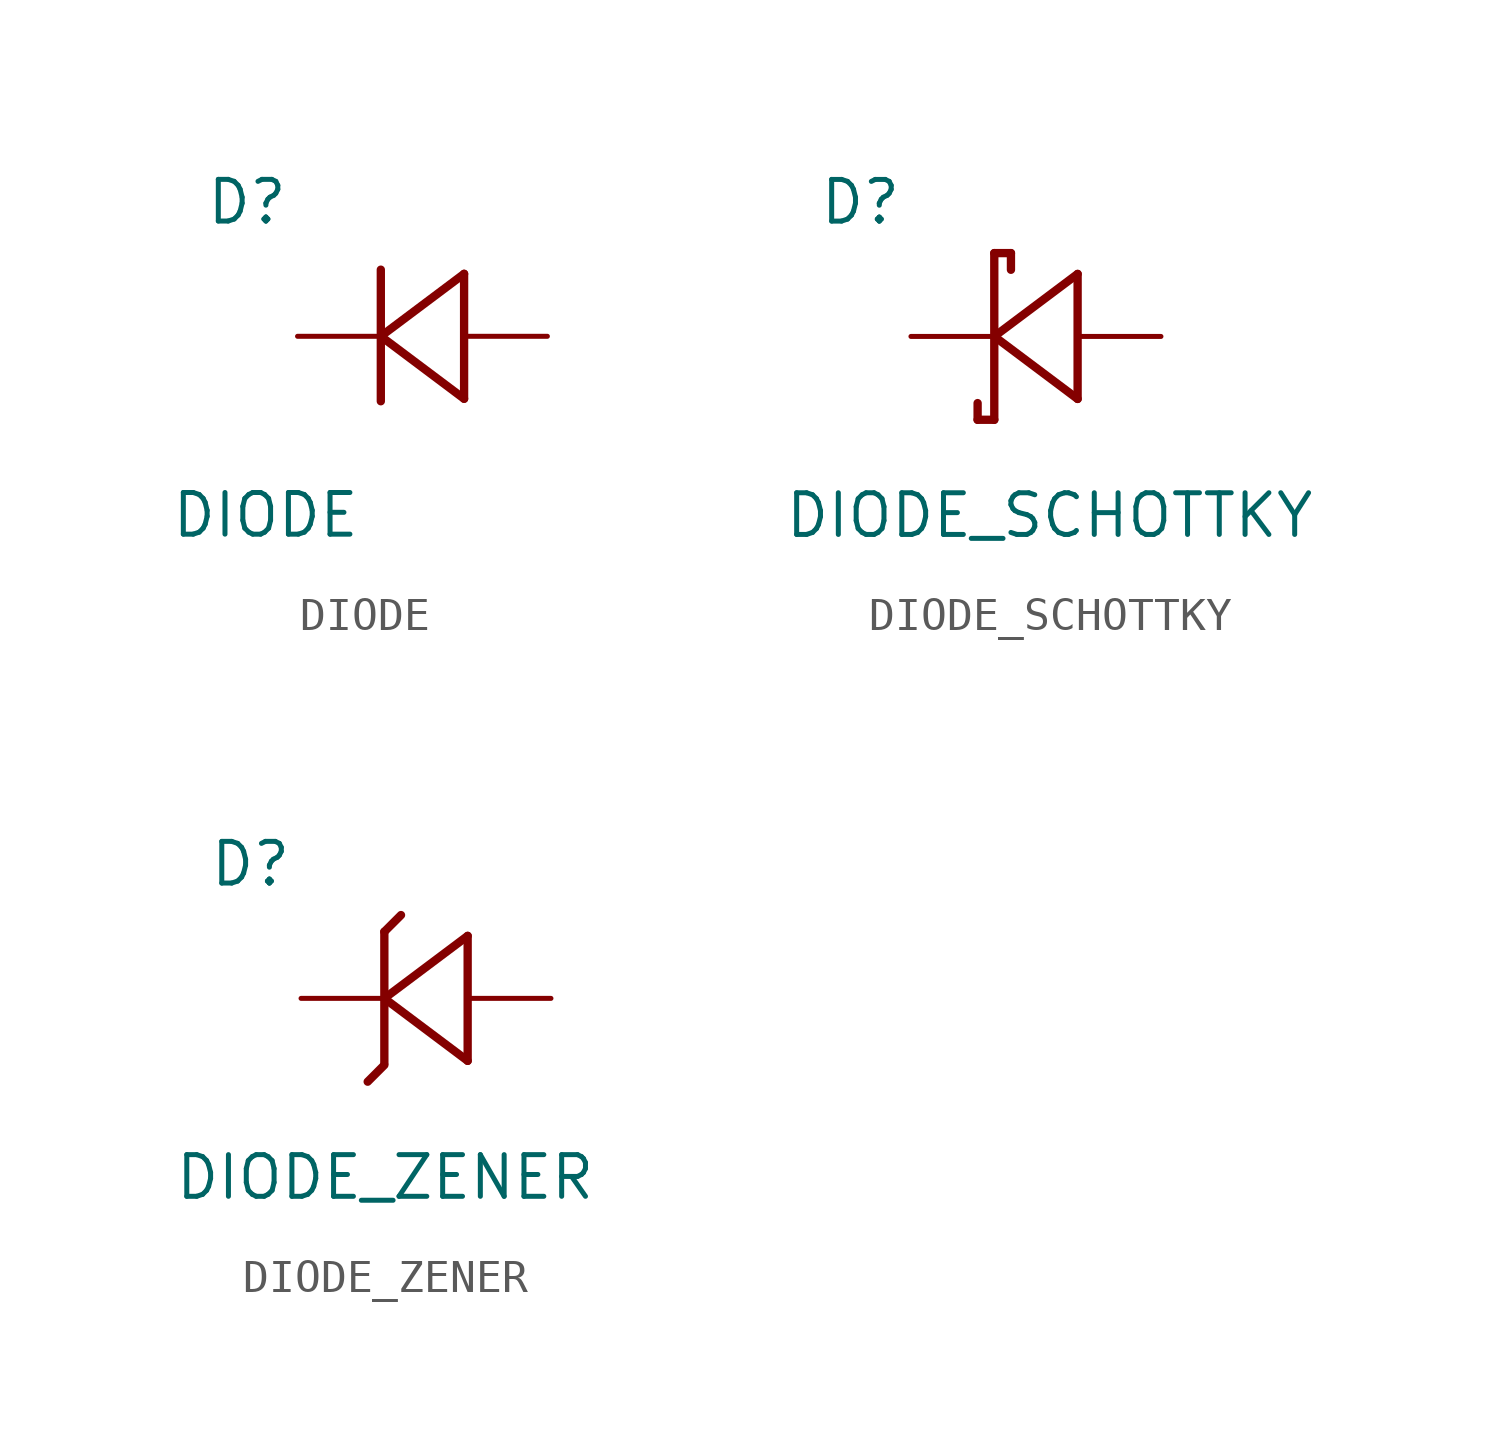
<source format=kicad_sym>
(kicad_symbol_lib
  (version 20211014)
  (generator kicad_symbol_editor)
  (symbol "DIODE"
    (pin_numbers hide)
    (pin_names hide)
    (property "Reference" "D"
      (at -2.819 3.353 0)
      (effects (font (size 1.27 1.27)) (justify left bottom)))
    (property "Value" "DIODE"
      (at -3.886 -6.198 0)
      (effects (font (size 1.27 1.27)) (justify left bottom)))
    (property "Datasheet" ""
      (at 0 0 0))
    (property "ki_fp_filters" "FlashPCB_Diodes:DO-214AC_SMA FlashPCB_Diodes:SMB FlashPCB_Diodes:SMC FlashPCB_Diodes:SMAF FlashPCB_Diodes:SMBF FlashPCB_Diodes:SOD-123 FlashPCB_Diodes:SOD-123FL FlashPCB_Diodes:SOD-128 FlashPCB_Diodes:SOD-323 FlashPCB_Diodes:SOD-323F FlashPCB_Diodes:SOD-523 FlashPCB_Diodes:SOD-723 FlashPCB_Diodes:SOD-80C"
      (at 0 0 0))
    (symbol "DIODE_1_1"
      (polyline (pts (xy 5.08 -1.905) (xy 5.08 1.905)) (stroke (width 0.254)) (fill (type none)))
      (polyline (pts (xy 2.54 2.032) (xy 2.54 0)) (stroke (width 0.254)) (fill (type none)))
      (polyline (pts (xy 2.54 0) (xy 2.54 -1.981)) (stroke (width 0.254)) (fill (type none)))
      (polyline (pts (xy 2.54 0) (xy 5.08 -1.905)) (stroke (width 0.254)) (fill (type none)))
      (polyline (pts (xy 5.08 1.905) (xy 2.54 0)) (stroke (width 0.254)) (fill (type none)))
      (pin passive line (at 7.62 0 180) (length 2.54) (name "ANODE" (effects (font (size 0 0)))) (number "ANODE" (effects (font (size 0 0)))))
      (pin passive line (at 0 0 0) (length 2.54) (name "CATHODE" (effects (font (size 0 0)))) (number "CATHODE" (effects (font (size 0 0)))))))
  (symbol "DIODE_SCHOTTKY"
    (pin_numbers hide)
    (pin_names hide)
    (property "Reference" "D"
      (at -2.819 3.353 0)
      (effects (font (size 1.27 1.27)) (justify left bottom)))
    (property "Value" "DIODE_SCHOTTKY"
      (at -3.886 -6.198 0)
      (effects (font (size 1.27 1.27)) (justify left bottom)))
    (property "Datasheet" ""
      (at 0 0 0))
    (property "ki_fp_filters" "FlashPCB_Diodes:DO-214AC_SMA FlashPCB_Diodes:SMB FlashPCB_Diodes:SMC FlashPCB_Diodes:SMAF FlashPCB_Diodes:SMBF FlashPCB_Diodes:SOD-123 FlashPCB_Diodes:SOD-123FL FlashPCB_Diodes:SOD-128 FlashPCB_Diodes:SOD-323 FlashPCB_Diodes:SOD-323F FlashPCB_Diodes:SOD-523 FlashPCB_Diodes:SOD-723 FlashPCB_Diodes:SOD-80C"
      (at 0 0 0))
    (symbol "DIODE_SCHOTTKY_1_1"
      (polyline (pts (xy 5.08 -1.905) (xy 5.08 1.905)) (stroke (width 0.254)) (fill (type none)))
      (polyline (pts (xy 2.54 2.54) (xy 2.54 0)) (stroke (width 0.254)) (fill (type none)))
      (polyline (pts (xy 2.54 0) (xy 2.54 -2.54)) (stroke (width 0.254)) (fill (type none)))
      (polyline (pts (xy 2.54 0) (xy 5.08 -1.905)) (stroke (width 0.254)) (fill (type none)))
      (polyline (pts (xy 5.08 1.905) (xy 2.54 0)) (stroke (width 0.254)) (fill (type none)))
      (polyline (pts (xy 2.54 -2.54) (xy 2.032 -2.54)) (stroke (width 0.254)) (fill (type none)))
      (polyline (pts (xy 2.54 2.54) (xy 3.048 2.54)) (stroke (width 0.254)) (fill (type none)))
      (polyline (pts (xy 2.032 -2.54) (xy 2.032 -2.032)) (stroke (width 0.254)) (fill (type none)))
      (polyline (pts (xy 3.048 2.032) (xy 3.048 2.54)) (stroke (width 0.254)) (fill (type none)))
      (pin passive line (at 7.62 0 180) (length 2.54) (name "ANODE" (effects (font (size 0 0)))) (number "ANODE" (effects (font (size 0 0)))))
      (pin passive line (at 0 0 0) (length 2.54) (name "CATHODE" (effects (font (size 0 0)))) (number "CATHODE" (effects (font (size 0 0)))))))
  (symbol "DIODE_ZENER"
    (pin_numbers hide)
    (pin_names hide)
    (property "Reference" "D"
      (at -2.819 3.353 0)
      (effects (font (size 1.27 1.27)) (justify left bottom)))
    (property "Value" "DIODE_ZENER"
      (at -3.886 -6.198 0)
      (effects (font (size 1.27 1.27)) (justify left bottom)))
    (property "Datasheet" ""
      (at 0 0 0))
    (property "ki_fp_filters" "FlashPCB_Diodes:DO-214AC_SMA FlashPCB_Diodes:SMB FlashPCB_Diodes:SMC FlashPCB_Diodes:SMAF FlashPCB_Diodes:SMBF FlashPCB_Diodes:SOD-123 FlashPCB_Diodes:SOD-123FL FlashPCB_Diodes:SOD-128 FlashPCB_Diodes:SOD-323 FlashPCB_Diodes:SOD-323F FlashPCB_Diodes:SOD-523 FlashPCB_Diodes:SOD-723 FlashPCB_Diodes:SOD-80C"
      (at 0 0 0))
    (symbol "DIODE_ZENER_1_1"
      (polyline (pts (xy 5.08 -1.905) (xy 5.08 1.905)) (stroke (width 0.254)) (fill (type none)))
      (polyline (pts (xy 2.54 2.032) (xy 2.54 0)) (stroke (width 0.254)) (fill (type none)))
      (polyline (pts (xy 2.54 0) (xy 2.54 -1.981)) (stroke (width 0.254)) (fill (type none)))
      (polyline (pts (xy 2.54 0) (xy 5.08 -1.905)) (stroke (width 0.254)) (fill (type none)))
      (polyline (pts (xy 5.08 1.905) (xy 2.54 0)) (stroke (width 0.254)) (fill (type none)))
      (polyline (pts (xy 2.54 -2.032) (xy 2.032 -2.54)) (stroke (width 0.254)) (fill (type none)))
      (polyline (pts (xy 2.54 2.032) (xy 3.048 2.54)) (stroke (width 0.254)) (fill (type none)))
      (pin passive line (at 7.62 0 180) (length 2.54) (name "ANODE" (effects (font (size 0 0)))) (number "ANODE" (effects (font (size 0 0)))))
      (pin passive line (at 0 0 0) (length 2.54) (name "CATHODE" (effects (font (size 0 0)))) (number "CATHODE" (effects (font (size 0 0))))))))
</source>
